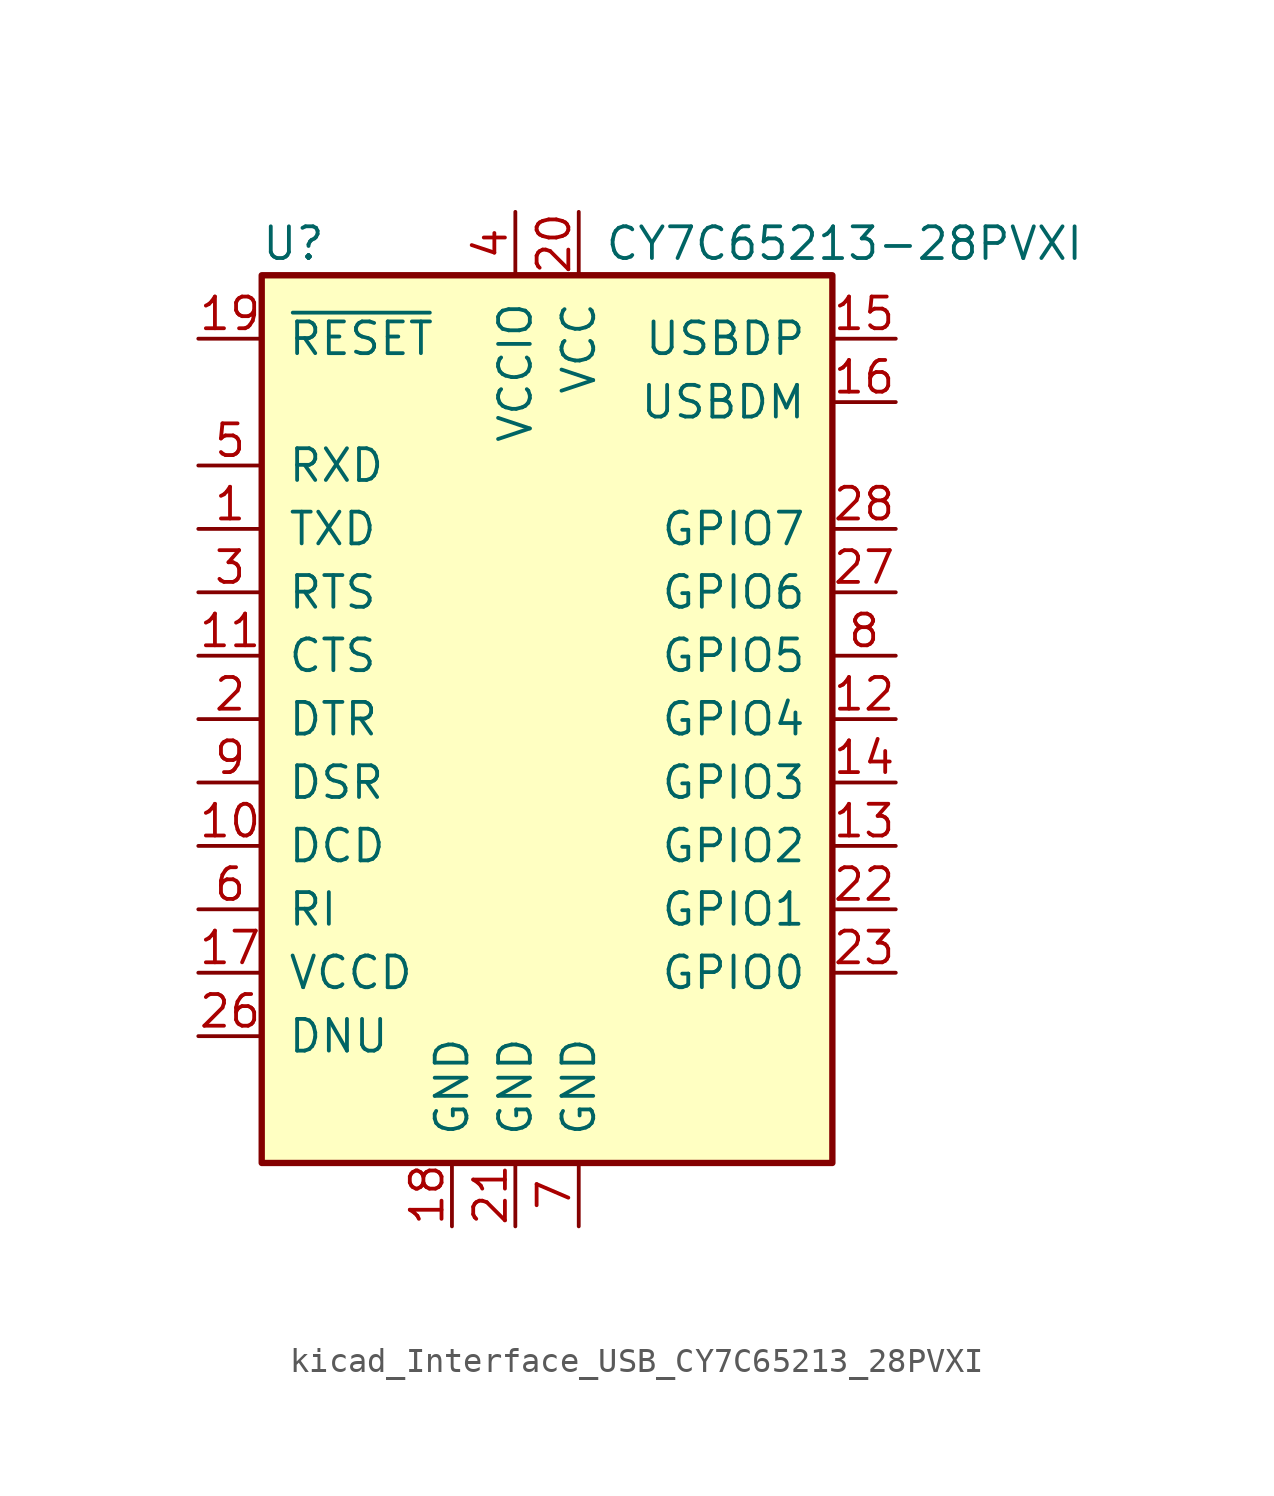
<source format=kicad_sym>
(kicad_symbol_lib
  (version 20220914)
  (generator kicad_symbol_editor)
  (symbol "kicad_Interface_USB_CY7C65213_28PVXI"
    (pin_names
      (offset 1.016))
    (property "Reference" "U"
      (at -8.89 19.05 0)
      (effects (font (size 1.27 1.27))))
    (property "Value" "CY7C65213-28PVXI"
      (at 3.556 19.05 0)
      (effects (font (size 1.27 1.27)) (justify left)))
    (symbol "kicad_Interface_USB_CY7C65213_28PVXI_0_1"
      (rectangle (start -10.16 17.78) (end 12.7 -17.78) (stroke (width 0.254) (type default)) (fill (type background))))
    (symbol "kicad_Interface_USB_CY7C65213_28PVXI_1_1"
      (pin output line (at -12.7 7.62 0) (length 2.54) (name "TXD" (effects (font (size 1.27 1.27)))) (number "1" (effects (font (size 1.27 1.27)))))
      (pin input line (at -12.7 -5.08 0) (length 2.54) (name "DCD" (effects (font (size 1.27 1.27)))) (number "10" (effects (font (size 1.27 1.27)))))
      (pin input line (at -12.7 2.54 0) (length 2.54) (name "CTS" (effects (font (size 1.27 1.27)))) (number "11" (effects (font (size 1.27 1.27)))))
      (pin bidirectional line (at 15.24 0 180) (length 2.54) (name "GPIO4" (effects (font (size 1.27 1.27)))) (number "12" (effects (font (size 1.27 1.27)))))
      (pin tri_state line (at 15.24 -5.08 180) (length 2.54) (name "GPIO2" (effects (font (size 1.27 1.27)))) (number "13" (effects (font (size 1.27 1.27)))))
      (pin bidirectional line (at 15.24 -2.54 180) (length 2.54) (name "GPIO3" (effects (font (size 1.27 1.27)))) (number "14" (effects (font (size 1.27 1.27)))))
      (pin bidirectional line (at 15.24 15.24 180) (length 2.54) (name "USBDP" (effects (font (size 1.27 1.27)))) (number "15" (effects (font (size 1.27 1.27)))))
      (pin bidirectional line (at 15.24 12.7 180) (length 2.54) (name "USBDM" (effects (font (size 1.27 1.27)))) (number "16" (effects (font (size 1.27 1.27)))))
      (pin passive line (at -12.7 -10.16 0) (length 2.54) (name "VCCD" (effects (font (size 1.27 1.27)))) (number "17" (effects (font (size 1.27 1.27)))))
      (pin power_in line (at -2.54 -20.32 90) (length 2.54) (name "GND" (effects (font (size 1.27 1.27)))) (number "18" (effects (font (size 1.27 1.27)))))
      (pin bidirectional line (at -12.7 15.24 0) (length 2.54) (name "~{RESET}" (effects (font (size 1.27 1.27)))) (number "19" (effects (font (size 1.27 1.27)))))
      (pin output line (at -12.7 0 0) (length 2.54) (name "DTR" (effects (font (size 1.27 1.27)))) (number "2" (effects (font (size 1.27 1.27)))))
      (pin power_in line (at 2.54 20.32 270) (length 2.54) (name "VCC" (effects (font (size 1.27 1.27)))) (number "20" (effects (font (size 1.27 1.27)))))
      (pin power_in line (at 0 -20.32 90) (length 2.54) (name "GND" (effects (font (size 1.27 1.27)))) (number "21" (effects (font (size 1.27 1.27)))))
      (pin bidirectional line (at 15.24 -7.62 180) (length 2.54) (name "GPIO1" (effects (font (size 1.27 1.27)))) (number "22" (effects (font (size 1.27 1.27)))))
      (pin bidirectional line (at 15.24 -10.16 180) (length 2.54) (name "GPIO0" (effects (font (size 1.27 1.27)))) (number "23" (effects (font (size 1.27 1.27)))))
      (pin no_connect line (at 12.7 -15.24 180) (length 2.54) hide (name "NC" (effects (font (size 1.27 1.27)))) (number "24" (effects (font (size 1.27 1.27)))))
      (pin no_connect line (at 12.7 -12.7 180) (length 2.54) hide (name "NC" (effects (font (size 1.27 1.27)))) (number "25" (effects (font (size 1.27 1.27)))))
      (pin passive line (at -12.7 -12.7 0) (length 2.54) (name "DNU" (effects (font (size 1.27 1.27)))) (number "26" (effects (font (size 1.27 1.27)))))
      (pin tri_state line (at 15.24 5.08 180) (length 2.54) (name "GPIO6" (effects (font (size 1.27 1.27)))) (number "27" (effects (font (size 1.27 1.27)))))
      (pin tri_state line (at 15.24 7.62 180) (length 2.54) (name "GPIO7" (effects (font (size 1.27 1.27)))) (number "28" (effects (font (size 1.27 1.27)))))
      (pin output line (at -12.7 5.08 0) (length 2.54) (name "RTS" (effects (font (size 1.27 1.27)))) (number "3" (effects (font (size 1.27 1.27)))))
      (pin power_in line (at 0 20.32 270) (length 2.54) (name "VCCIO" (effects (font (size 1.27 1.27)))) (number "4" (effects (font (size 1.27 1.27)))))
      (pin input line (at -12.7 10.16 0) (length 2.54) (name "RXD" (effects (font (size 1.27 1.27)))) (number "5" (effects (font (size 1.27 1.27)))))
      (pin input line (at -12.7 -7.62 0) (length 2.54) (name "RI" (effects (font (size 1.27 1.27)))) (number "6" (effects (font (size 1.27 1.27)))))
      (pin power_in line (at 2.54 -20.32 90) (length 2.54) (name "GND" (effects (font (size 1.27 1.27)))) (number "7" (effects (font (size 1.27 1.27)))))
      (pin tri_state line (at 15.24 2.54 180) (length 2.54) (name "GPIO5" (effects (font (size 1.27 1.27)))) (number "8" (effects (font (size 1.27 1.27)))))
      (pin input line (at -12.7 -2.54 0) (length 2.54) (name "DSR" (effects (font (size 1.27 1.27)))) (number "9" (effects (font (size 1.27 1.27))))))))
</source>
